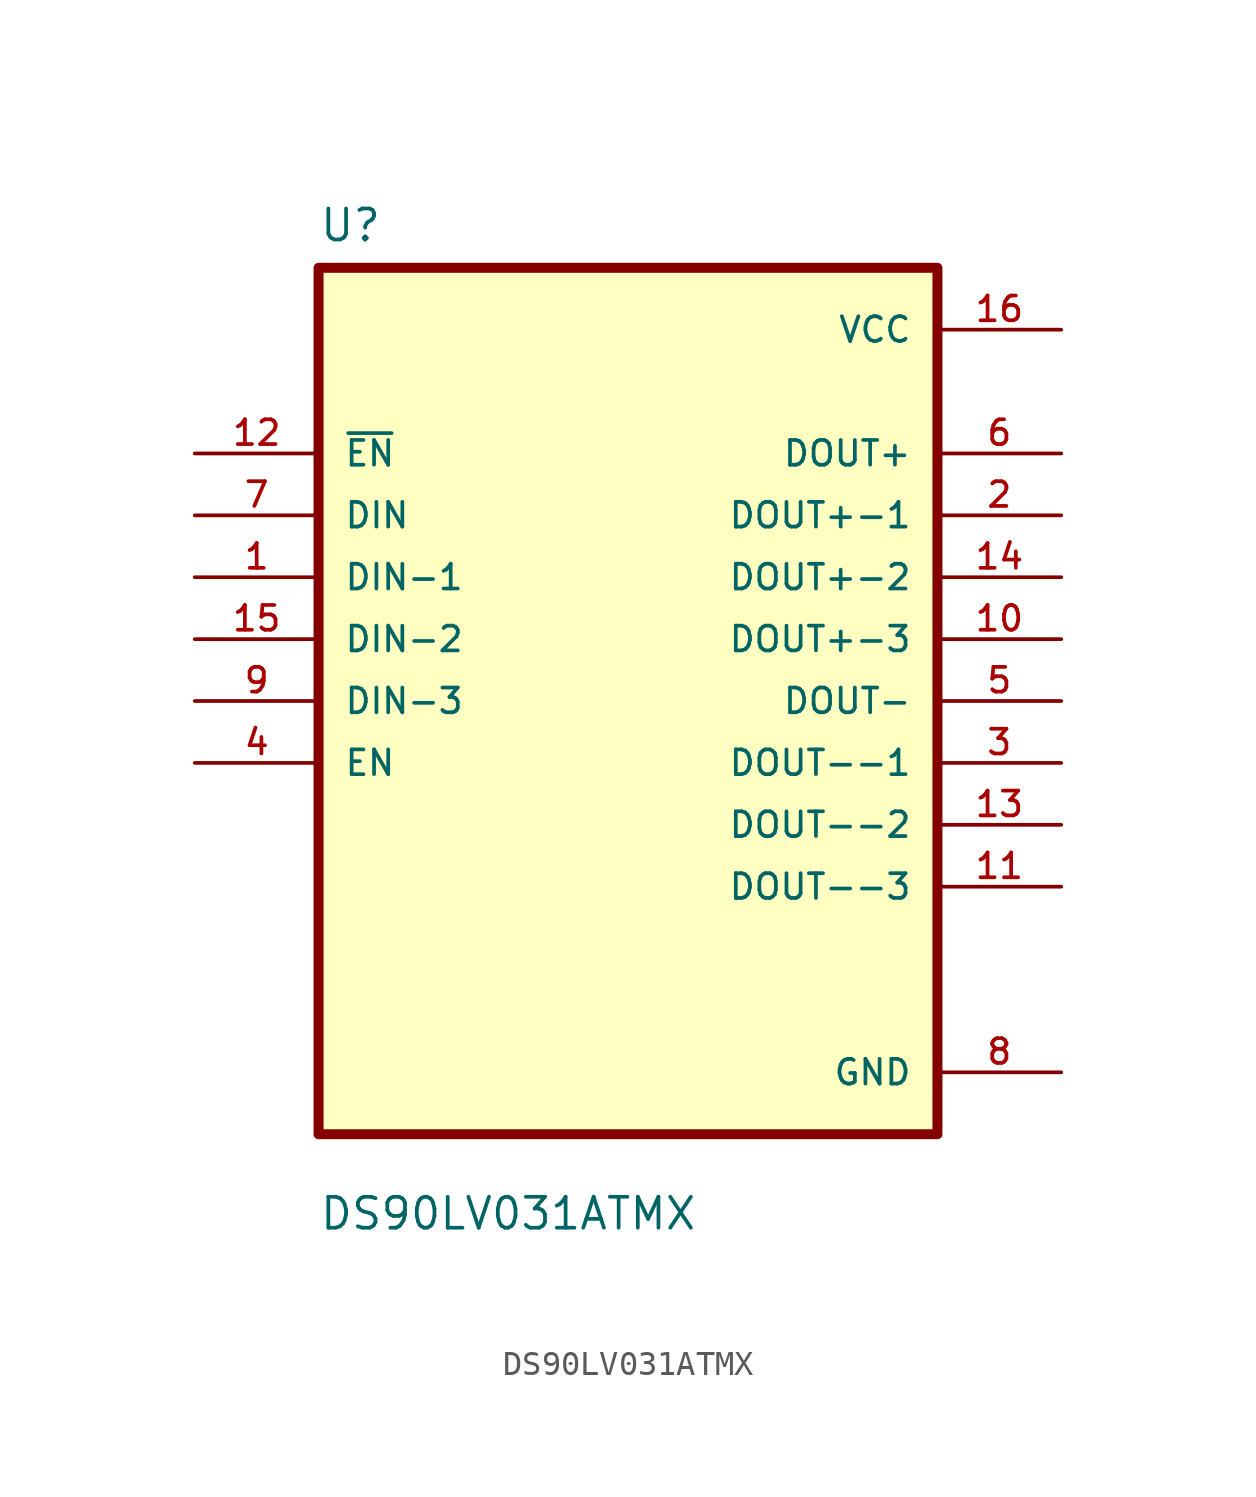
<source format=kicad_sym>
(kicad_symbol_lib
  (version 20211014)
  (generator kicad_symbol_editor)
  (symbol "DS90LV031ATMX"
    (pin_names
      (offset 1.016))
    (property "Reference" "U"
      (at -12.7 18.78 0.0)
      (effects (font (size 1.27 1.27)) (justify bottom left)))
    (property "Value" "DS90LV031ATMX"
      (at -12.7 -21.78 0.0)
      (effects (font (size 1.27 1.27)) (justify bottom left)))
    (symbol "DS90LV031ATMX_0_0"
      (rectangle (start -12.7 -17.78) (end 12.7 17.78) (stroke (width 0.41)) (fill (type background)))
      (pin input line (at -17.78 10.16 0) (length 5.08) (name "~{EN}" (effects (font (size 1.016 1.016)))) (number "12" (effects (font (size 1.016 1.016)))))
      (pin input line (at -17.78 7.62 0) (length 5.08) (name "DIN" (effects (font (size 1.016 1.016)))) (number "7" (effects (font (size 1.016 1.016)))))
      (pin input line (at -17.78 5.08 0) (length 5.08) (name "DIN-1" (effects (font (size 1.016 1.016)))) (number "1" (effects (font (size 1.016 1.016)))))
      (pin input line (at -17.78 2.54 0) (length 5.08) (name "DIN-2" (effects (font (size 1.016 1.016)))) (number "15" (effects (font (size 1.016 1.016)))))
      (pin input line (at -17.78 0.0 0) (length 5.08) (name "DIN-3" (effects (font (size 1.016 1.016)))) (number "9" (effects (font (size 1.016 1.016)))))
      (pin input line (at -17.78 -2.54 0) (length 5.08) (name "EN" (effects (font (size 1.016 1.016)))) (number "4" (effects (font (size 1.016 1.016)))))
      (pin power_in line (at 17.78 15.24 180.0) (length 5.08) (name "VCC" (effects (font (size 1.016 1.016)))) (number "16" (effects (font (size 1.016 1.016)))))
      (pin output line (at 17.78 10.16 180.0) (length 5.08) (name "DOUT+" (effects (font (size 1.016 1.016)))) (number "6" (effects (font (size 1.016 1.016)))))
      (pin output line (at 17.78 7.62 180.0) (length 5.08) (name "DOUT+-1" (effects (font (size 1.016 1.016)))) (number "2" (effects (font (size 1.016 1.016)))))
      (pin output line (at 17.78 5.08 180.0) (length 5.08) (name "DOUT+-2" (effects (font (size 1.016 1.016)))) (number "14" (effects (font (size 1.016 1.016)))))
      (pin output line (at 17.78 2.54 180.0) (length 5.08) (name "DOUT+-3" (effects (font (size 1.016 1.016)))) (number "10" (effects (font (size 1.016 1.016)))))
      (pin output line (at 17.78 1.77636e-15 180.0) (length 5.08) (name "DOUT-" (effects (font (size 1.016 1.016)))) (number "5" (effects (font (size 1.016 1.016)))))
      (pin output line (at 17.78 -2.54 180.0) (length 5.08) (name "DOUT--1" (effects (font (size 1.016 1.016)))) (number "3" (effects (font (size 1.016 1.016)))))
      (pin output line (at 17.78 -5.08 180.0) (length 5.08) (name "DOUT--2" (effects (font (size 1.016 1.016)))) (number "13" (effects (font (size 1.016 1.016)))))
      (pin output line (at 17.78 -7.62 180.0) (length 5.08) (name "DOUT--3" (effects (font (size 1.016 1.016)))) (number "11" (effects (font (size 1.016 1.016)))))
      (pin power_in line (at 17.78 -15.24 180.0) (length 5.08) (name "GND" (effects (font (size 1.016 1.016)))) (number "8" (effects (font (size 1.016 1.016))))))))
</source>
